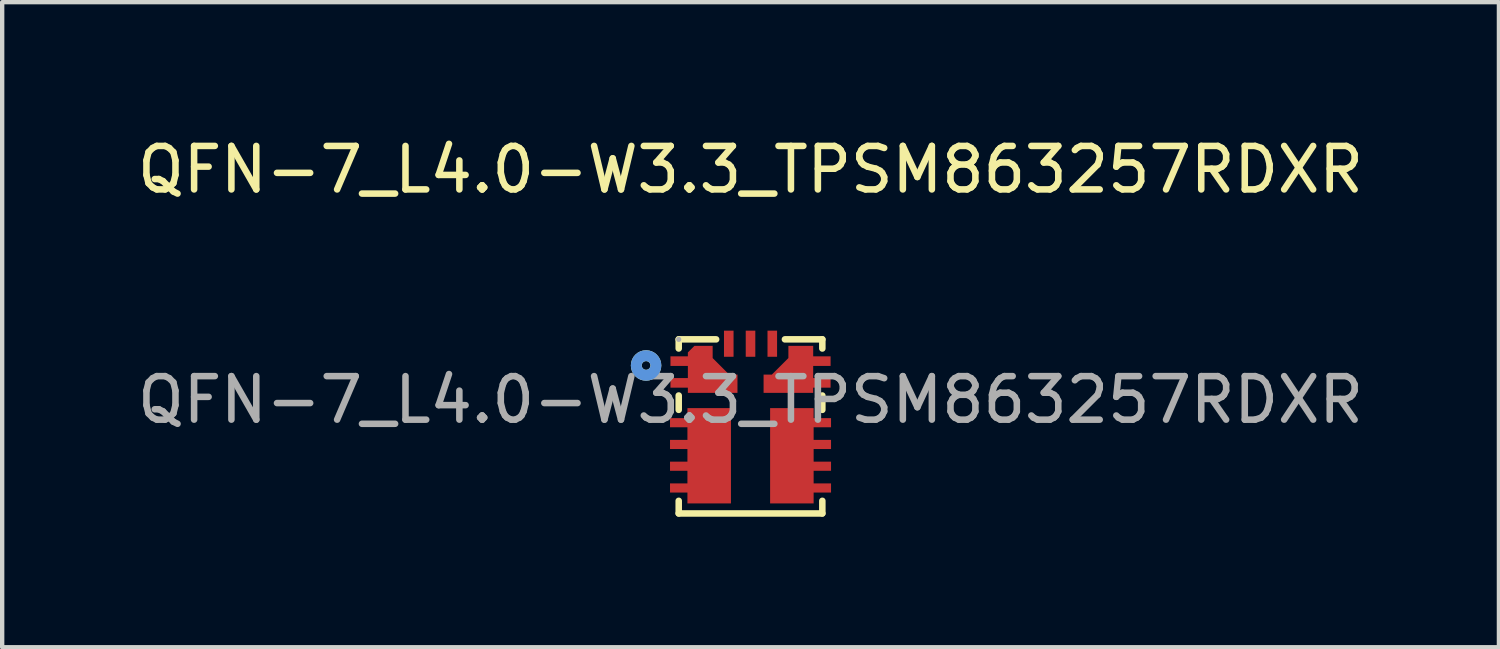
<source format=kicad_pcb>
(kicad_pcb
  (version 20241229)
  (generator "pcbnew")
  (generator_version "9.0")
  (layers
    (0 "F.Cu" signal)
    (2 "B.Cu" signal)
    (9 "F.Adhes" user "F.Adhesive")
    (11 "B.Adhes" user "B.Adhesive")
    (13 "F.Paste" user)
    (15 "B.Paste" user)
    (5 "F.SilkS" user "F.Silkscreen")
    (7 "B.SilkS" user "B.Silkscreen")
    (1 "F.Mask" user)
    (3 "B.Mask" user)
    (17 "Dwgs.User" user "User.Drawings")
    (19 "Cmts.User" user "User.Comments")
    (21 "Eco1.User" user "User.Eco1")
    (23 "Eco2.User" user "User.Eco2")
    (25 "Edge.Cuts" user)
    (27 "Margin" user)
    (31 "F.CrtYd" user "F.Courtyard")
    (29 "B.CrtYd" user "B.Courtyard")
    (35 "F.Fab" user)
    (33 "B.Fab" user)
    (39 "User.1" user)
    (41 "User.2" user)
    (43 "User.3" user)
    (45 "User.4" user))
  (footprint "QFN-7_L4.0-W3.3_TPSM863257RDXR"
    (layer "F.Cu")
    (at 14.196 6.138)
    (property "Reference" "QFN-7_L4.0-W3.3_TPSM863257RDXR" (at 0 -5.29 0) (layer "F.SilkS") (effects (font (size 1 1) (thickness 0.15))))
    (attr smd)
    (fp_line (start -1.65 -1.39) (end -1.65 -1.18) (stroke (width 0.15) (type solid)) (layer "F.SilkS"))
    (fp_line (start -1.65 0.23) (end -1.65 -0.1) (stroke (width 0.15) (type solid)) (layer "F.SilkS"))
    (fp_line (start -1.65 2.61) (end -1.65 2.32) (stroke (width 0.15) (type solid)) (layer "F.SilkS"))
    (fp_line (start -1.65 2.61) (end 1.65 2.61) (stroke (width 0.15) (type solid)) (layer "F.SilkS"))
    (fp_line (start -0.79 -1.39) (end -1.65 -1.39) (stroke (width 0.15) (type solid)) (layer "F.SilkS"))
    (fp_line (start 1.65 -1.39) (end 0.79 -1.39) (stroke (width 0.15) (type solid)) (layer "F.SilkS"))
    (fp_line (start 1.65 -1.18) (end 1.65 -1.39) (stroke (width 0.15) (type solid)) (layer "F.SilkS"))
    (fp_line (start 1.65 0.23) (end 1.65 -0.1) (stroke (width 0.15) (type solid)) (layer "F.SilkS"))
    (fp_line (start 1.65 2.61) (end 1.65 2.32) (stroke (width 0.15) (type solid)) (layer "F.SilkS"))
    (fp_circle (center -2.4 -0.79) (end -2.3 -0.79) (stroke (width 0.25) (type solid)) (fill no) (layer "F.SilkS"))
    (fp_circle (center -2.4 -0.79) (end -2.3 -0.79) (stroke (width 0.25) (type solid)) (fill no) (layer "Cmts.User"))
    (fp_circle (center -1.65 -1.39) (end -1.62 -1.39) (stroke (width 0.06) (type solid)) (fill no) (layer "F.Fab"))
    (fp_text user "${REFERENCE}" (at 0 0 0) (layer "F.Fab") (effects (font (size 1 1) (thickness 0.15))))
    (pad "1" smd custom (at -0.97 -0.7) (size 0.01 0.01) (layers "F.Cu" "F.Mask" "F.Paste") (options (anchor circle)) (primitives (gr_poly (pts (xy 0.1 -0.26) (xy 0.1 -0.54) (xy -0.32 -0.54) (xy -0.47 -0.39) (xy -0.47 -0.3) (xy -0.87 -0.3) (xy -0.87 -0.08) (xy -0.68 -0.08) (xy -0.47 -0.08) (xy -0.47 0.2) (xy -0.68 0.2) (xy -0.87 0.2) (xy -0.87 0.42) (xy -0.68 0.42) (xy -0.47 0.42) (xy -0.47 0.54) (xy 0.67 0.54) (xy 0.67 0.12) (xy 0.48 0.12) (xy 0.1 -0.26)) (width 0) (fill yes))))
    (pad "2" smd custom (at -1.05 1.29) (size 0.01 0.01) (layers "F.Cu" "F.Mask" "F.Paste") (options (anchor circle)) (primitives (gr_poly (pts (xy 0.6 1.09) (xy 0.6 -1.1) (xy -0.4 -1.1) (xy -0.4 -0.87) (xy -0.8 -0.87) (xy -0.8 -0.66) (xy -0.4 -0.66) (xy -0.4 -0.37) (xy -0.8 -0.37) (xy -0.8 -0.16) (xy -0.4 -0.16) (xy -0.4 0.13) (xy -0.8 0.13) (xy -0.8 0.34) (xy -0.4 0.34) (xy -0.4 0.63) (xy -0.8 0.63) (xy -0.8 0.84) (xy -0.4 0.84) (xy -0.4 1.09) (xy 0.6 1.09)) (width 0) (fill yes))))
    (pad "3" smd custom (at 1.05 1.29) (size 0.01 0.01) (layers "F.Cu" "F.Mask" "F.Paste") (options (anchor circle)) (primitives (gr_poly (pts (xy 0.4 -0.87) (xy 0.4 -1.1) (xy -0.6 -1.1) (xy -0.6 1.09) (xy 0.4 1.09) (xy 0.4 0.84) (xy 0.8 0.84) (xy 0.8 0.63) (xy 0.4 0.63) (xy 0.4 0.34) (xy 0.8 0.34) (xy 0.8 0.13) (xy 0.4 0.13) (xy 0.4 -0.16) (xy 0.8 -0.16) (xy 0.8 -0.37) (xy 0.4 -0.37) (xy 0.4 -0.66) (xy 0.8 -0.66) (xy 0.8 -0.87) (xy 0.4 -0.87)) (width 0) (fill yes))))
    (pad "4" smd custom (at 0.98 -0.7) (size 0.01 0.01) (layers "F.Cu" "F.Mask" "F.Paste") (options (anchor circle)) (primitives (gr_poly (pts (xy -0.11 -0.54) (xy -0.11 -0.26) (xy -0.49 0.12) (xy -0.68 0.12) (xy -0.68 0.54) (xy 0.46 0.54) (xy 0.46 0.42) (xy 0.86 0.42) (xy 0.86 0.2) (xy 0.46 0.2) (xy 0.46 -0.08) (xy 0.86 -0.08) (xy 0.86 -0.3) (xy 0.46 -0.3) (xy 0.46 -0.54) (xy -0.11 -0.54)) (width 0) (fill yes))))
    (pad "5" smd rect (at 0.5 -1.29) (size 0.22 0.6) (layers "F.Cu" "F.Mask" "F.Paste"))
    (pad "6" smd rect (at 0 -1.29) (size 0.22 0.6) (layers "F.Cu" "F.Mask" "F.Paste"))
    (pad "7" smd rect (at -0.5 -1.29) (size 0.22 0.6) (layers "F.Cu" "F.Mask" "F.Paste")))
  (gr_rect
    (start -3 -3)
    (end 31.393 11.823)
    (stroke (width 0.1) (type default))
    (fill no)
    (layer "Edge.Cuts")))
</source>
